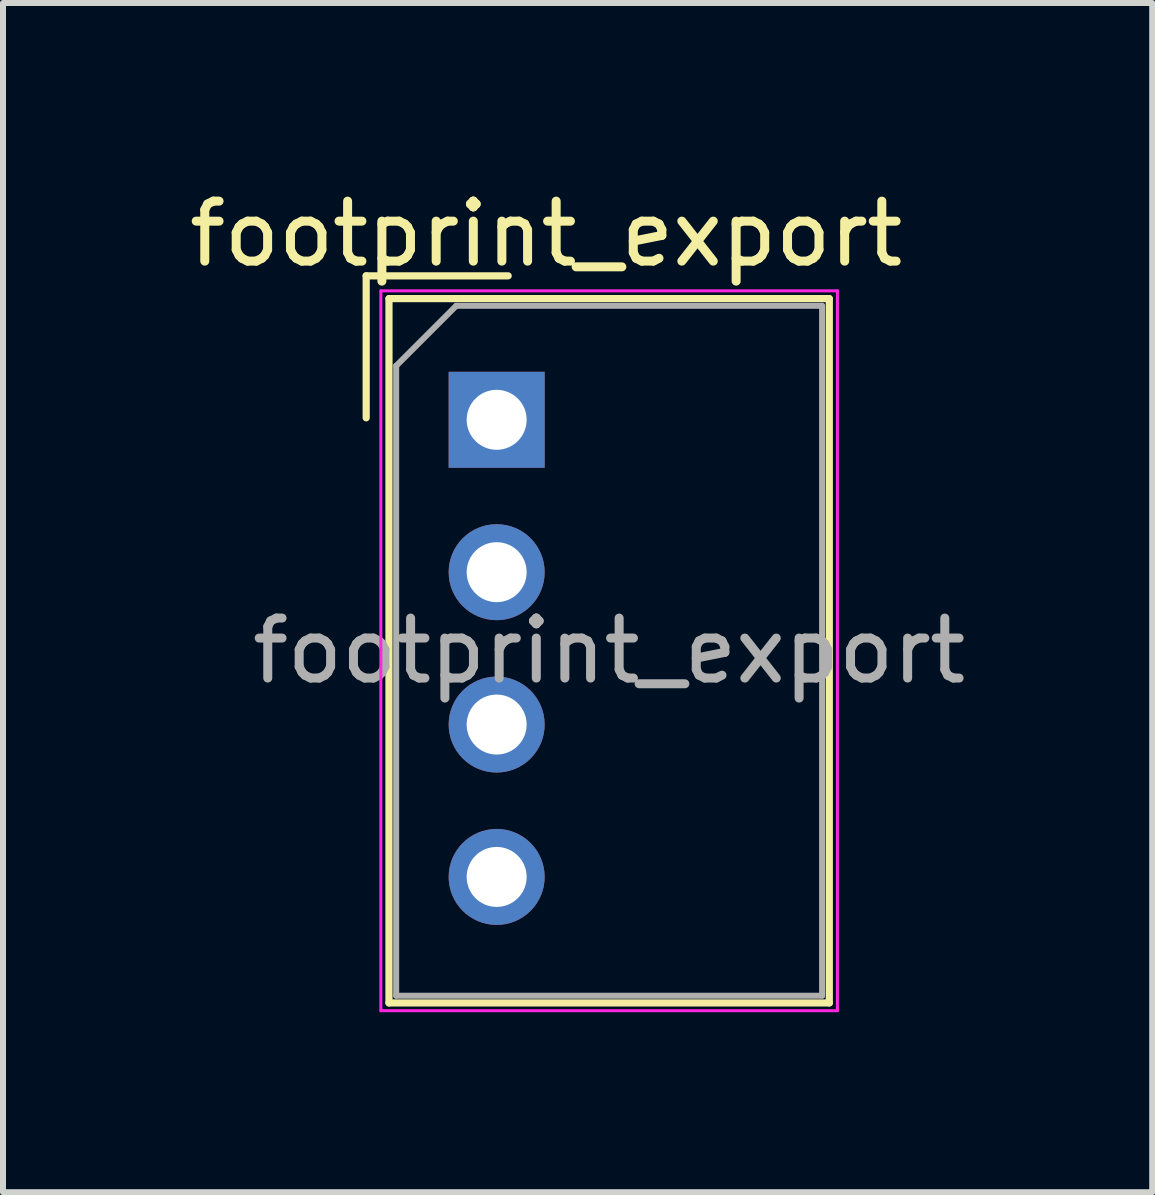
<source format=kicad_pcb>
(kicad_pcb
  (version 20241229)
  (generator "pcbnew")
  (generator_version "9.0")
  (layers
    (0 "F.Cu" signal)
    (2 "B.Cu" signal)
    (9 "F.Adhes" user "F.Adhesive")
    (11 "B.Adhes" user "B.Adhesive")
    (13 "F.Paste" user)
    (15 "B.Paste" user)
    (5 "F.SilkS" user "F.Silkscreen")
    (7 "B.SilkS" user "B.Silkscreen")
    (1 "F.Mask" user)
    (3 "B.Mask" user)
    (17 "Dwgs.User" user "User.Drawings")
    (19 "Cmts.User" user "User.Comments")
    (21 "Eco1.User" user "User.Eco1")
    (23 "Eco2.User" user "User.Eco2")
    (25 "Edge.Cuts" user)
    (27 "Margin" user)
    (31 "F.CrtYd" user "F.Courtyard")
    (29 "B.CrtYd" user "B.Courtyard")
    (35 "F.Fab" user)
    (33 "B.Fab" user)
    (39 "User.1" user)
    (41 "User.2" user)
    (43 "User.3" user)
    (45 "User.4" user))
  (footprint "footprint_export"
    (layer "F.Cu")
    (at 5.229 3.948)
    (property "Reference" "footprint_export" (at 0.825 -3.1 0) (layer "F.SilkS") (effects (font (size 1 1) (thickness 0.15))))
    (attr through_hole)
    (fp_line (start -2.175 -2.4) (end 0.192 -2.4) (stroke (width 0.12) (type solid)) (layer "F.SilkS"))
    (fp_line (start -2.175 -0.033) (end -2.175 -2.4) (stroke (width 0.12) (type solid)) (layer "F.SilkS"))
    (fp_line (start -1.795 -2.02) (end -1.795 9.72) (stroke (width 0.12) (type solid)) (layer "F.SilkS"))
    (fp_line (start -1.795 -2.02) (end 5.545 -2.02) (stroke (width 0.12) (type solid)) (layer "F.SilkS"))
    (fp_line (start -1.795 9.72) (end 5.545 9.72) (stroke (width 0.12) (type solid)) (layer "F.SilkS"))
    (fp_line (start 5.545 -2.02) (end 5.545 9.72) (stroke (width 0.12) (type solid)) (layer "F.SilkS"))
    (fp_line (start -1.93 -2.15) (end -1.93 9.85) (stroke (width 0.05) (type solid)) (layer "F.CrtYd"))
    (fp_line (start -1.93 -2.15) (end 5.68 -2.15) (stroke (width 0.05) (type solid)) (layer "F.CrtYd"))
    (fp_line (start -1.93 9.85) (end 5.68 9.85) (stroke (width 0.05) (type solid)) (layer "F.CrtYd"))
    (fp_line (start 5.68 -2.15) (end 5.68 9.85) (stroke (width 0.05) (type solid)) (layer "F.CrtYd"))
    (fp_line (start -1.675 -0.9) (end -0.675 -1.9) (stroke (width 0.1) (type solid)) (layer "F.Fab"))
    (fp_line (start -1.675 9.6) (end -1.675 -0.9) (stroke (width 0.1) (type solid)) (layer "F.Fab"))
    (fp_line (start -0.675 -1.9) (end 5.425 -1.9) (stroke (width 0.1) (type solid)) (layer "F.Fab"))
    (fp_line (start 5.425 -1.9) (end 5.425 9.6) (stroke (width 0.1) (type solid)) (layer "F.Fab"))
    (fp_line (start 5.425 9.6) (end -1.675 9.6) (stroke (width 0.1) (type solid)) (layer "F.Fab"))
    (fp_text user "${REFERENCE}" (at 1.875 3.85 0) (layer "F.Fab") (effects (font (size 1 1) (thickness 0.15))))
    (pad "1" thru_hole rect (at 0 0) (size 1.6 1.6) (drill 1) (layers "*.Cu" "*.Mask"))
    (pad "2" thru_hole circle (at 0 2.54) (size 1.6 1.6) (drill 1) (layers "*.Cu" "*.Mask"))
    (pad "3" thru_hole circle (at 0 5.08) (size 1.6 1.6) (drill 1) (layers "*.Cu" "*.Mask"))
    (pad "4" thru_hole circle (at 0 7.62) (size 1.6 1.6) (drill 1) (layers "*.Cu" "*.Mask")))
  (gr_rect
    (start -3 -3)
    (end 16.157 16.823)
    (stroke (width 0.1) (type default))
    (fill no)
    (layer "Edge.Cuts")))
</source>
